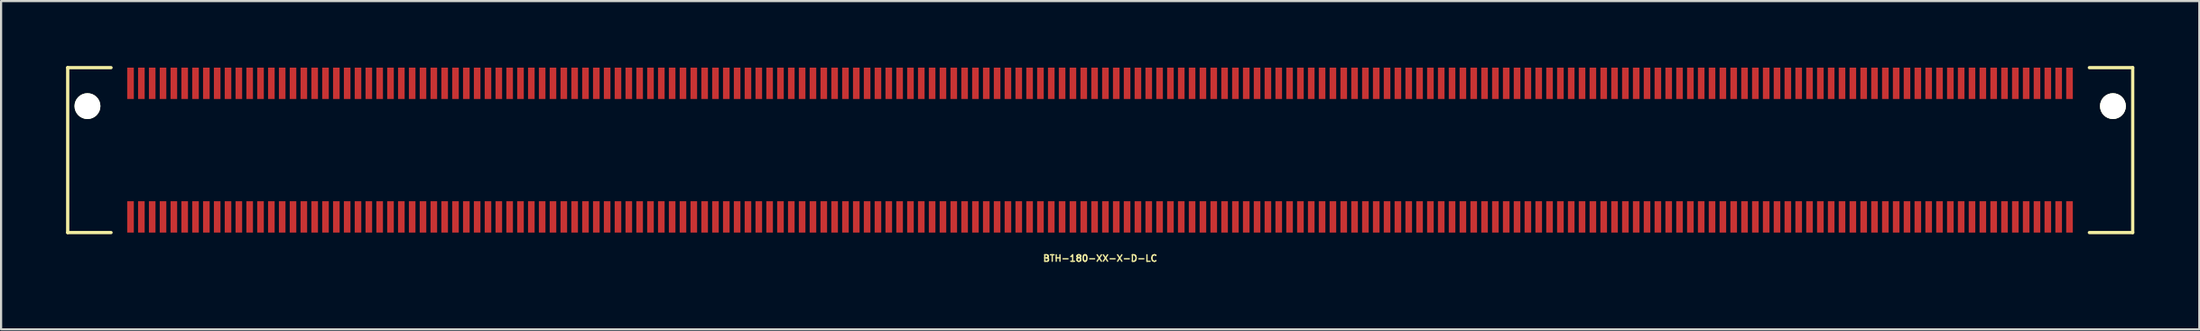
<source format=kicad_pcb>
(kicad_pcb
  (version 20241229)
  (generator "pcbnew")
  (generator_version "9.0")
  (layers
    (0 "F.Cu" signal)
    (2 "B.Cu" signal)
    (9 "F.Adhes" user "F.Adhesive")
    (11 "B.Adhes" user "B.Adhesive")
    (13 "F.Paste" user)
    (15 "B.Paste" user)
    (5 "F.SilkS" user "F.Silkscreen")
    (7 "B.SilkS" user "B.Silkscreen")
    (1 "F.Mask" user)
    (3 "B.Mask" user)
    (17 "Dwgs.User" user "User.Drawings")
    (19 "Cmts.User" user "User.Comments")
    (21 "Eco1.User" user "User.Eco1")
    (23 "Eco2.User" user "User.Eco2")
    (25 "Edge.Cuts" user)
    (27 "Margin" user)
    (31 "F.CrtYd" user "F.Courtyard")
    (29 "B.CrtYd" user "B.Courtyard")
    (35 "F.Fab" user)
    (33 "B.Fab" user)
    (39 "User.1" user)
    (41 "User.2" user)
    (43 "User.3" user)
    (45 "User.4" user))
  (footprint "BTH-180-XX-X-D-LC"
    (layer "F.Cu")
    (at 47.734 3.885)
    (property "Reference" "BTH-180-XX-X-D-LC" (at 0 5 0) (layer "F.SilkS") (effects (font (size 0.3 0.3) (thickness 0.061))))
    (attr smd)
    (fp_line (start -47.659 -3.81) (end -47.659 3.81) (stroke (width 0.15) (type solid)) (layer "F.SilkS"))
    (fp_line (start -47.659 3.81) (end -45.659 3.81) (stroke (width 0.15) (type solid)) (layer "F.SilkS"))
    (fp_line (start -45.659 -3.81) (end -47.659 -3.81) (stroke (width 0.15) (type solid)) (layer "F.SilkS"))
    (fp_line (start 45.659 -3.81) (end 47.659 -3.81) (stroke (width 0.15) (type solid)) (layer "F.SilkS"))
    (fp_line (start 47.659 -3.81) (end 47.659 3.81) (stroke (width 0.15) (type solid)) (layer "F.SilkS"))
    (fp_line (start 47.659 3.81) (end 45.659 3.81) (stroke (width 0.15) (type solid)) (layer "F.SilkS"))
    (pad "" np_thru_hole circle (at -46.747 -2.032) (size 1.194 1.194) (drill 1.194) (layers "*.Cu" "*.Mask" "F.SilkS"))
    (pad "" np_thru_hole circle (at 46.746 -2.032) (size 1.194 1.194) (drill 1.194) (layers "*.Cu" "*.Mask" "F.SilkS"))
    (pad "1" smd rect (at -44.759 -3.086) (size 0.305 1.448) (layers "F.Cu" "F.Mask" "F.Paste"))
    (pad "2" smd rect (at -44.759 3.086) (size 0.305 1.448) (layers "F.Cu" "F.Mask" "F.Paste"))
    (pad "3" smd rect (at -44.259 -3.086) (size 0.305 1.448) (layers "F.Cu" "F.Mask" "F.Paste"))
    (pad "4" smd rect (at -44.259 3.086) (size 0.305 1.448) (layers "F.Cu" "F.Mask" "F.Paste"))
    (pad "5" smd rect (at -43.759 -3.086) (size 0.305 1.448) (layers "F.Cu" "F.Mask" "F.Paste"))
    (pad "6" smd rect (at -43.759 3.086) (size 0.305 1.448) (layers "F.Cu" "F.Mask" "F.Paste"))
    (pad "7" smd rect (at -43.259 -3.086) (size 0.305 1.448) (layers "F.Cu" "F.Mask" "F.Paste"))
    (pad "8" smd rect (at -43.259 3.086) (size 0.305 1.448) (layers "F.Cu" "F.Mask" "F.Paste"))
    (pad "9" smd rect (at -42.759 -3.086) (size 0.305 1.448) (layers "F.Cu" "F.Mask" "F.Paste"))
    (pad "10" smd rect (at -42.759 3.086) (size 0.305 1.448) (layers "F.Cu" "F.Mask" "F.Paste"))
    (pad "11" smd rect (at -42.259 -3.086) (size 0.305 1.448) (layers "F.Cu" "F.Mask" "F.Paste"))
    (pad "12" smd rect (at -42.259 3.086) (size 0.305 1.448) (layers "F.Cu" "F.Mask" "F.Paste"))
    (pad "13" smd rect (at -41.759 -3.086) (size 0.305 1.448) (layers "F.Cu" "F.Mask" "F.Paste"))
    (pad "14" smd rect (at -41.759 3.086) (size 0.305 1.448) (layers "F.Cu" "F.Mask" "F.Paste"))
    (pad "15" smd rect (at -41.259 -3.086) (size 0.305 1.448) (layers "F.Cu" "F.Mask" "F.Paste"))
    (pad "16" smd rect (at -41.259 3.086) (size 0.305 1.448) (layers "F.Cu" "F.Mask" "F.Paste"))
    (pad "17" smd rect (at -40.759 -3.086) (size 0.305 1.448) (layers "F.Cu" "F.Mask" "F.Paste"))
    (pad "18" smd rect (at -40.759 3.086) (size 0.305 1.448) (layers "F.Cu" "F.Mask" "F.Paste"))
    (pad "19" smd rect (at -40.259 -3.086) (size 0.305 1.448) (layers "F.Cu" "F.Mask" "F.Paste"))
    (pad "20" smd rect (at -40.259 3.086) (size 0.305 1.448) (layers "F.Cu" "F.Mask" "F.Paste"))
    (pad "21" smd rect (at -39.759 -3.086) (size 0.305 1.448) (layers "F.Cu" "F.Mask" "F.Paste"))
    (pad "22" smd rect (at -39.759 3.086) (size 0.305 1.448) (layers "F.Cu" "F.Mask" "F.Paste"))
    (pad "23" smd rect (at -39.259 -3.086) (size 0.305 1.448) (layers "F.Cu" "F.Mask" "F.Paste"))
    (pad "24" smd rect (at -39.259 3.086) (size 0.305 1.448) (layers "F.Cu" "F.Mask" "F.Paste"))
    (pad "25" smd rect (at -38.759 -3.086) (size 0.305 1.448) (layers "F.Cu" "F.Mask" "F.Paste"))
    (pad "26" smd rect (at -38.759 3.086) (size 0.305 1.448) (layers "F.Cu" "F.Mask" "F.Paste"))
    (pad "27" smd rect (at -38.259 -3.086) (size 0.305 1.448) (layers "F.Cu" "F.Mask" "F.Paste"))
    (pad "28" smd rect (at -38.259 3.086) (size 0.305 1.448) (layers "F.Cu" "F.Mask" "F.Paste"))
    (pad "29" smd rect (at -37.759 -3.086) (size 0.305 1.448) (layers "F.Cu" "F.Mask" "F.Paste"))
    (pad "30" smd rect (at -37.759 3.086) (size 0.305 1.448) (layers "F.Cu" "F.Mask" "F.Paste"))
    (pad "31" smd rect (at -37.259 -3.086) (size 0.305 1.448) (layers "F.Cu" "F.Mask" "F.Paste"))
    (pad "32" smd rect (at -37.259 3.086) (size 0.305 1.448) (layers "F.Cu" "F.Mask" "F.Paste"))
    (pad "33" smd rect (at -36.759 -3.086) (size 0.305 1.448) (layers "F.Cu" "F.Mask" "F.Paste"))
    (pad "34" smd rect (at -36.759 3.086) (size 0.305 1.448) (layers "F.Cu" "F.Mask" "F.Paste"))
    (pad "35" smd rect (at -36.259 -3.086) (size 0.305 1.448) (layers "F.Cu" "F.Mask" "F.Paste"))
    (pad "36" smd rect (at -36.259 3.086) (size 0.305 1.448) (layers "F.Cu" "F.Mask" "F.Paste"))
    (pad "37" smd rect (at -35.759 -3.086) (size 0.305 1.448) (layers "F.Cu" "F.Mask" "F.Paste"))
    (pad "38" smd rect (at -35.759 3.086) (size 0.305 1.448) (layers "F.Cu" "F.Mask" "F.Paste"))
    (pad "39" smd rect (at -35.259 -3.086) (size 0.305 1.448) (layers "F.Cu" "F.Mask" "F.Paste"))
    (pad "40" smd rect (at -35.259 3.086) (size 0.305 1.448) (layers "F.Cu" "F.Mask" "F.Paste"))
    (pad "41" smd rect (at -34.759 -3.086) (size 0.305 1.448) (layers "F.Cu" "F.Mask" "F.Paste"))
    (pad "42" smd rect (at -34.759 3.086) (size 0.305 1.448) (layers "F.Cu" "F.Mask" "F.Paste"))
    (pad "43" smd rect (at -34.259 -3.086) (size 0.305 1.448) (layers "F.Cu" "F.Mask" "F.Paste"))
    (pad "44" smd rect (at -34.259 3.086) (size 0.305 1.448) (layers "F.Cu" "F.Mask" "F.Paste"))
    (pad "45" smd rect (at -33.759 -3.086) (size 0.305 1.448) (layers "F.Cu" "F.Mask" "F.Paste"))
    (pad "46" smd rect (at -33.759 3.086) (size 0.305 1.448) (layers "F.Cu" "F.Mask" "F.Paste"))
    (pad "47" smd rect (at -33.259 -3.086) (size 0.305 1.448) (layers "F.Cu" "F.Mask" "F.Paste"))
    (pad "48" smd rect (at -33.259 3.086) (size 0.305 1.448) (layers "F.Cu" "F.Mask" "F.Paste"))
    (pad "49" smd rect (at -32.759 -3.086) (size 0.305 1.448) (layers "F.Cu" "F.Mask" "F.Paste"))
    (pad "50" smd rect (at -32.759 3.086) (size 0.305 1.448) (layers "F.Cu" "F.Mask" "F.Paste"))
    (pad "51" smd rect (at -32.259 -3.086) (size 0.305 1.448) (layers "F.Cu" "F.Mask" "F.Paste"))
    (pad "52" smd rect (at -32.259 3.086) (size 0.305 1.448) (layers "F.Cu" "F.Mask" "F.Paste"))
    (pad "53" smd rect (at -31.759 -3.086) (size 0.305 1.448) (layers "F.Cu" "F.Mask" "F.Paste"))
    (pad "54" smd rect (at -31.759 3.086) (size 0.305 1.448) (layers "F.Cu" "F.Mask" "F.Paste"))
    (pad "55" smd rect (at -31.259 -3.086) (size 0.305 1.448) (layers "F.Cu" "F.Mask" "F.Paste"))
    (pad "56" smd rect (at -31.259 3.086) (size 0.305 1.448) (layers "F.Cu" "F.Mask" "F.Paste"))
    (pad "57" smd rect (at -30.759 -3.086) (size 0.305 1.448) (layers "F.Cu" "F.Mask" "F.Paste"))
    (pad "58" smd rect (at -30.759 3.086) (size 0.305 1.448) (layers "F.Cu" "F.Mask" "F.Paste"))
    (pad "59" smd rect (at -30.259 -3.086) (size 0.305 1.448) (layers "F.Cu" "F.Mask" "F.Paste"))
    (pad "60" smd rect (at -30.259 3.086) (size 0.305 1.448) (layers "F.Cu" "F.Mask" "F.Paste"))
    (pad "61" smd rect (at -29.759 -3.086) (size 0.305 1.448) (layers "F.Cu" "F.Mask" "F.Paste"))
    (pad "62" smd rect (at -29.759 3.086) (size 0.305 1.448) (layers "F.Cu" "F.Mask" "F.Paste"))
    (pad "63" smd rect (at -29.259 -3.086) (size 0.305 1.448) (layers "F.Cu" "F.Mask" "F.Paste"))
    (pad "64" smd rect (at -29.259 3.086) (size 0.305 1.448) (layers "F.Cu" "F.Mask" "F.Paste"))
    (pad "65" smd rect (at -28.759 -3.086) (size 0.305 1.448) (layers "F.Cu" "F.Mask" "F.Paste"))
    (pad "66" smd rect (at -28.759 3.086) (size 0.305 1.448) (layers "F.Cu" "F.Mask" "F.Paste"))
    (pad "67" smd rect (at -28.259 -3.086) (size 0.305 1.448) (layers "F.Cu" "F.Mask" "F.Paste"))
    (pad "68" smd rect (at -28.259 3.086) (size 0.305 1.448) (layers "F.Cu" "F.Mask" "F.Paste"))
    (pad "69" smd rect (at -27.759 -3.086) (size 0.305 1.448) (layers "F.Cu" "F.Mask" "F.Paste"))
    (pad "70" smd rect (at -27.759 3.086) (size 0.305 1.448) (layers "F.Cu" "F.Mask" "F.Paste"))
    (pad "71" smd rect (at -27.259 -3.086) (size 0.305 1.448) (layers "F.Cu" "F.Mask" "F.Paste"))
    (pad "72" smd rect (at -27.259 3.086) (size 0.305 1.448) (layers "F.Cu" "F.Mask" "F.Paste"))
    (pad "73" smd rect (at -26.759 -3.086) (size 0.305 1.448) (layers "F.Cu" "F.Mask" "F.Paste"))
    (pad "74" smd rect (at -26.759 3.086) (size 0.305 1.448) (layers "F.Cu" "F.Mask" "F.Paste"))
    (pad "75" smd rect (at -26.259 -3.086) (size 0.305 1.448) (layers "F.Cu" "F.Mask" "F.Paste"))
    (pad "76" smd rect (at -26.259 3.086) (size 0.305 1.448) (layers "F.Cu" "F.Mask" "F.Paste"))
    (pad "77" smd rect (at -25.759 -3.086) (size 0.305 1.448) (layers "F.Cu" "F.Mask" "F.Paste"))
    (pad "78" smd rect (at -25.759 3.086) (size 0.305 1.448) (layers "F.Cu" "F.Mask" "F.Paste"))
    (pad "79" smd rect (at -25.259 -3.086) (size 0.305 1.448) (layers "F.Cu" "F.Mask" "F.Paste"))
    (pad "80" smd rect (at -25.259 3.086) (size 0.305 1.448) (layers "F.Cu" "F.Mask" "F.Paste"))
    (pad "81" smd rect (at -24.759 -3.086) (size 0.305 1.448) (layers "F.Cu" "F.Mask" "F.Paste"))
    (pad "82" smd rect (at -24.759 3.086) (size 0.305 1.448) (layers "F.Cu" "F.Mask" "F.Paste"))
    (pad "83" smd rect (at -24.259 -3.086) (size 0.305 1.448) (layers "F.Cu" "F.Mask" "F.Paste"))
    (pad "84" smd rect (at -24.259 3.086) (size 0.305 1.448) (layers "F.Cu" "F.Mask" "F.Paste"))
    (pad "85" smd rect (at -23.759 -3.086) (size 0.305 1.448) (layers "F.Cu" "F.Mask" "F.Paste"))
    (pad "86" smd rect (at -23.759 3.086) (size 0.305 1.448) (layers "F.Cu" "F.Mask" "F.Paste"))
    (pad "87" smd rect (at -23.259 -3.086) (size 0.305 1.448) (layers "F.Cu" "F.Mask" "F.Paste"))
    (pad "88" smd rect (at -23.259 3.086) (size 0.305 1.448) (layers "F.Cu" "F.Mask" "F.Paste"))
    (pad "89" smd rect (at -22.759 -3.086) (size 0.305 1.448) (layers "F.Cu" "F.Mask" "F.Paste"))
    (pad "90" smd rect (at -22.759 3.086) (size 0.305 1.448) (layers "F.Cu" "F.Mask" "F.Paste"))
    (pad "91" smd rect (at -22.259 -3.086) (size 0.305 1.448) (layers "F.Cu" "F.Mask" "F.Paste"))
    (pad "92" smd rect (at -22.259 3.086) (size 0.305 1.448) (layers "F.Cu" "F.Mask" "F.Paste"))
    (pad "93" smd rect (at -21.759 -3.086) (size 0.305 1.448) (layers "F.Cu" "F.Mask" "F.Paste"))
    (pad "94" smd rect (at -21.759 3.086) (size 0.305 1.448) (layers "F.Cu" "F.Mask" "F.Paste"))
    (pad "95" smd rect (at -21.259 -3.086) (size 0.305 1.448) (layers "F.Cu" "F.Mask" "F.Paste"))
    (pad "96" smd rect (at -21.259 3.086) (size 0.305 1.448) (layers "F.Cu" "F.Mask" "F.Paste"))
    (pad "97" smd rect (at -20.759 -3.086) (size 0.305 1.448) (layers "F.Cu" "F.Mask" "F.Paste"))
    (pad "98" smd rect (at -20.759 3.086) (size 0.305 1.448) (layers "F.Cu" "F.Mask" "F.Paste"))
    (pad "99" smd rect (at -20.259 -3.086) (size 0.305 1.448) (layers "F.Cu" "F.Mask" "F.Paste"))
    (pad "100" smd rect (at -20.259 3.086) (size 0.305 1.448) (layers "F.Cu" "F.Mask" "F.Paste"))
    (pad "101" smd rect (at -19.759 -3.086) (size 0.305 1.448) (layers "F.Cu" "F.Mask" "F.Paste"))
    (pad "102" smd rect (at -19.759 3.086) (size 0.305 1.448) (layers "F.Cu" "F.Mask" "F.Paste"))
    (pad "103" smd rect (at -19.259 -3.086) (size 0.305 1.448) (layers "F.Cu" "F.Mask" "F.Paste"))
    (pad "104" smd rect (at -19.259 3.086) (size 0.305 1.448) (layers "F.Cu" "F.Mask" "F.Paste"))
    (pad "105" smd rect (at -18.759 -3.086) (size 0.305 1.448) (layers "F.Cu" "F.Mask" "F.Paste"))
    (pad "106" smd rect (at -18.759 3.086) (size 0.305 1.448) (layers "F.Cu" "F.Mask" "F.Paste"))
    (pad "107" smd rect (at -18.259 -3.086) (size 0.305 1.448) (layers "F.Cu" "F.Mask" "F.Paste"))
    (pad "108" smd rect (at -18.259 3.086) (size 0.305 1.448) (layers "F.Cu" "F.Mask" "F.Paste"))
    (pad "109" smd rect (at -17.759 -3.086) (size 0.305 1.448) (layers "F.Cu" "F.Mask" "F.Paste"))
    (pad "110" smd rect (at -17.759 3.086) (size 0.305 1.448) (layers "F.Cu" "F.Mask" "F.Paste"))
    (pad "111" smd rect (at -17.259 -3.086) (size 0.305 1.448) (layers "F.Cu" "F.Mask" "F.Paste"))
    (pad "112" smd rect (at -17.259 3.086) (size 0.305 1.448) (layers "F.Cu" "F.Mask" "F.Paste"))
    (pad "113" smd rect (at -16.759 -3.086) (size 0.305 1.448) (layers "F.Cu" "F.Mask" "F.Paste"))
    (pad "114" smd rect (at -16.759 3.086) (size 0.305 1.448) (layers "F.Cu" "F.Mask" "F.Paste"))
    (pad "115" smd rect (at -16.259 -3.086) (size 0.305 1.448) (layers "F.Cu" "F.Mask" "F.Paste"))
    (pad "116" smd rect (at -16.259 3.086) (size 0.305 1.448) (layers "F.Cu" "F.Mask" "F.Paste"))
    (pad "117" smd rect (at -15.759 -3.086) (size 0.305 1.448) (layers "F.Cu" "F.Mask" "F.Paste"))
    (pad "118" smd rect (at -15.759 3.086) (size 0.305 1.448) (layers "F.Cu" "F.Mask" "F.Paste"))
    (pad "119" smd rect (at -15.259 -3.086) (size 0.305 1.448) (layers "F.Cu" "F.Mask" "F.Paste"))
    (pad "120" smd rect (at -15.259 3.086) (size 0.305 1.448) (layers "F.Cu" "F.Mask" "F.Paste"))
    (pad "121" smd rect (at -14.759 -3.086) (size 0.305 1.448) (layers "F.Cu" "F.Mask" "F.Paste"))
    (pad "122" smd rect (at -14.759 3.086) (size 0.305 1.448) (layers "F.Cu" "F.Mask" "F.Paste"))
    (pad "123" smd rect (at -14.259 -3.086) (size 0.305 1.448) (layers "F.Cu" "F.Mask" "F.Paste"))
    (pad "124" smd rect (at -14.259 3.086) (size 0.305 1.448) (layers "F.Cu" "F.Mask" "F.Paste"))
    (pad "125" smd rect (at -13.759 -3.086) (size 0.305 1.448) (layers "F.Cu" "F.Mask" "F.Paste"))
    (pad "126" smd rect (at -13.759 3.086) (size 0.305 1.448) (layers "F.Cu" "F.Mask" "F.Paste"))
    (pad "127" smd rect (at -13.259 -3.086) (size 0.305 1.448) (layers "F.Cu" "F.Mask" "F.Paste"))
    (pad "128" smd rect (at -13.259 3.086) (size 0.305 1.448) (layers "F.Cu" "F.Mask" "F.Paste"))
    (pad "129" smd rect (at -12.759 -3.086) (size 0.305 1.448) (layers "F.Cu" "F.Mask" "F.Paste"))
    (pad "130" smd rect (at -12.759 3.086) (size 0.305 1.448) (layers "F.Cu" "F.Mask" "F.Paste"))
    (pad "131" smd rect (at -12.259 -3.086) (size 0.305 1.448) (layers "F.Cu" "F.Mask" "F.Paste"))
    (pad "132" smd rect (at -12.259 3.086) (size 0.305 1.448) (layers "F.Cu" "F.Mask" "F.Paste"))
    (pad "133" smd rect (at -11.759 -3.086) (size 0.305 1.448) (layers "F.Cu" "F.Mask" "F.Paste"))
    (pad "134" smd rect (at -11.759 3.086) (size 0.305 1.448) (layers "F.Cu" "F.Mask" "F.Paste"))
    (pad "135" smd rect (at -11.259 -3.086) (size 0.305 1.448) (layers "F.Cu" "F.Mask" "F.Paste"))
    (pad "136" smd rect (at -11.259 3.086) (size 0.305 1.448) (layers "F.Cu" "F.Mask" "F.Paste"))
    (pad "137" smd rect (at -10.759 -3.086) (size 0.305 1.448) (layers "F.Cu" "F.Mask" "F.Paste"))
    (pad "138" smd rect (at -10.759 3.086) (size 0.305 1.448) (layers "F.Cu" "F.Mask" "F.Paste"))
    (pad "139" smd rect (at -10.259 -3.086) (size 0.305 1.448) (layers "F.Cu" "F.Mask" "F.Paste"))
    (pad "140" smd rect (at -10.259 3.086) (size 0.305 1.448) (layers "F.Cu" "F.Mask" "F.Paste"))
    (pad "141" smd rect (at -9.759 -3.086) (size 0.305 1.448) (layers "F.Cu" "F.Mask" "F.Paste"))
    (pad "142" smd rect (at -9.759 3.086) (size 0.305 1.448) (layers "F.Cu" "F.Mask" "F.Paste"))
    (pad "143" smd rect (at -9.259 -3.086) (size 0.305 1.448) (layers "F.Cu" "F.Mask" "F.Paste"))
    (pad "144" smd rect (at -9.259 3.086) (size 0.305 1.448) (layers "F.Cu" "F.Mask" "F.Paste"))
    (pad "145" smd rect (at -8.759 -3.086) (size 0.305 1.448) (layers "F.Cu" "F.Mask" "F.Paste"))
    (pad "146" smd rect (at -8.759 3.086) (size 0.305 1.448) (layers "F.Cu" "F.Mask" "F.Paste"))
    (pad "147" smd rect (at -8.259 -3.086) (size 0.305 1.448) (layers "F.Cu" "F.Mask" "F.Paste"))
    (pad "148" smd rect (at -8.259 3.086) (size 0.305 1.448) (layers "F.Cu" "F.Mask" "F.Paste"))
    (pad "149" smd rect (at -7.759 -3.086) (size 0.305 1.448) (layers "F.Cu" "F.Mask" "F.Paste"))
    (pad "150" smd rect (at -7.759 3.086) (size 0.305 1.448) (layers "F.Cu" "F.Mask" "F.Paste"))
    (pad "151" smd rect (at -7.259 -3.086) (size 0.305 1.448) (layers "F.Cu" "F.Mask" "F.Paste"))
    (pad "152" smd rect (at -7.259 3.086) (size 0.305 1.448) (layers "F.Cu" "F.Mask" "F.Paste"))
    (pad "153" smd rect (at -6.759 -3.086) (size 0.305 1.448) (layers "F.Cu" "F.Mask" "F.Paste"))
    (pad "154" smd rect (at -6.759 3.086) (size 0.305 1.448) (layers "F.Cu" "F.Mask" "F.Paste"))
    (pad "155" smd rect (at -6.259 -3.086) (size 0.305 1.448) (layers "F.Cu" "F.Mask" "F.Paste"))
    (pad "156" smd rect (at -6.259 3.086) (size 0.305 1.448) (layers "F.Cu" "F.Mask" "F.Paste"))
    (pad "157" smd rect (at -5.759 -3.086) (size 0.305 1.448) (layers "F.Cu" "F.Mask" "F.Paste"))
    (pad "158" smd rect (at -5.759 3.086) (size 0.305 1.448) (layers "F.Cu" "F.Mask" "F.Paste"))
    (pad "159" smd rect (at -5.259 -3.086) (size 0.305 1.448) (layers "F.Cu" "F.Mask" "F.Paste"))
    (pad "160" smd rect (at -5.259 3.086) (size 0.305 1.448) (layers "F.Cu" "F.Mask" "F.Paste"))
    (pad "161" smd rect (at -4.759 -3.086) (size 0.305 1.448) (layers "F.Cu" "F.Mask" "F.Paste"))
    (pad "162" smd rect (at -4.759 3.086) (size 0.305 1.448) (layers "F.Cu" "F.Mask" "F.Paste"))
    (pad "163" smd rect (at -4.259 -3.086) (size 0.305 1.448) (layers "F.Cu" "F.Mask" "F.Paste"))
    (pad "164" smd rect (at -4.259 3.086) (size 0.305 1.448) (layers "F.Cu" "F.Mask" "F.Paste"))
    (pad "165" smd rect (at -3.759 -3.086) (size 0.305 1.448) (layers "F.Cu" "F.Mask" "F.Paste"))
    (pad "166" smd rect (at -3.759 3.086) (size 0.305 1.448) (layers "F.Cu" "F.Mask" "F.Paste"))
    (pad "167" smd rect (at -3.259 -3.086) (size 0.305 1.448) (layers "F.Cu" "F.Mask" "F.Paste"))
    (pad "168" smd rect (at -3.259 3.086) (size 0.305 1.448) (layers "F.Cu" "F.Mask" "F.Paste"))
    (pad "169" smd rect (at -2.759 -3.086) (size 0.305 1.448) (layers "F.Cu" "F.Mask" "F.Paste"))
    (pad "170" smd rect (at -2.759 3.086) (size 0.305 1.448) (layers "F.Cu" "F.Mask" "F.Paste"))
    (pad "171" smd rect (at -2.259 -3.086) (size 0.305 1.448) (layers "F.Cu" "F.Mask" "F.Paste"))
    (pad "172" smd rect (at -2.259 3.086) (size 0.305 1.448) (layers "F.Cu" "F.Mask" "F.Paste"))
    (pad "173" smd rect (at -1.759 -3.086) (size 0.305 1.448) (layers "F.Cu" "F.Mask" "F.Paste"))
    (pad "174" smd rect (at -1.759 3.086) (size 0.305 1.448) (layers "F.Cu" "F.Mask" "F.Paste"))
    (pad "175" smd rect (at -1.259 -3.086) (size 0.305 1.448) (layers "F.Cu" "F.Mask" "F.Paste"))
    (pad "176" smd rect (at -1.259 3.086) (size 0.305 1.448) (layers "F.Cu" "F.Mask" "F.Paste"))
    (pad "177" smd rect (at -0.759 -3.086) (size 0.305 1.448) (layers "F.Cu" "F.Mask" "F.Paste"))
    (pad "178" smd rect (at -0.759 3.086) (size 0.305 1.448) (layers "F.Cu" "F.Mask" "F.Paste"))
    (pad "179" smd rect (at -0.259 -3.086) (size 0.305 1.448) (layers "F.Cu" "F.Mask" "F.Paste"))
    (pad "180" smd rect (at -0.259 3.086) (size 0.305 1.448) (layers "F.Cu" "F.Mask" "F.Paste"))
    (pad "181" smd rect (at 0.241 -3.086) (size 0.305 1.448) (layers "F.Cu" "F.Mask" "F.Paste"))
    (pad "182" smd rect (at 0.241 3.086) (size 0.305 1.448) (layers "F.Cu" "F.Mask" "F.Paste"))
    (pad "183" smd rect (at 0.741 -3.086) (size 0.305 1.448) (layers "F.Cu" "F.Mask" "F.Paste"))
    (pad "184" smd rect (at 0.741 3.086) (size 0.305 1.448) (layers "F.Cu" "F.Mask" "F.Paste"))
    (pad "185" smd rect (at 1.241 -3.086) (size 0.305 1.448) (layers "F.Cu" "F.Mask" "F.Paste"))
    (pad "186" smd rect (at 1.241 3.086) (size 0.305 1.448) (layers "F.Cu" "F.Mask" "F.Paste"))
    (pad "187" smd rect (at 1.741 -3.086) (size 0.305 1.448) (layers "F.Cu" "F.Mask" "F.Paste"))
    (pad "188" smd rect (at 1.741 3.086) (size 0.305 1.448) (layers "F.Cu" "F.Mask" "F.Paste"))
    (pad "189" smd rect (at 2.241 -3.086) (size 0.305 1.448) (layers "F.Cu" "F.Mask" "F.Paste"))
    (pad "190" smd rect (at 2.241 3.086) (size 0.305 1.448) (layers "F.Cu" "F.Mask" "F.Paste"))
    (pad "191" smd rect (at 2.741 -3.086) (size 0.305 1.448) (layers "F.Cu" "F.Mask" "F.Paste"))
    (pad "192" smd rect (at 2.741 3.086) (size 0.305 1.448) (layers "F.Cu" "F.Mask" "F.Paste"))
    (pad "193" smd rect (at 3.241 -3.086) (size 0.305 1.448) (layers "F.Cu" "F.Mask" "F.Paste"))
    (pad "194" smd rect (at 3.241 3.086) (size 0.305 1.448) (layers "F.Cu" "F.Mask" "F.Paste"))
    (pad "195" smd rect (at 3.741 -3.086) (size 0.305 1.448) (layers "F.Cu" "F.Mask" "F.Paste"))
    (pad "196" smd rect (at 3.741 3.086) (size 0.305 1.448) (layers "F.Cu" "F.Mask" "F.Paste"))
    (pad "197" smd rect (at 4.241 -3.086) (size 0.305 1.448) (layers "F.Cu" "F.Mask" "F.Paste"))
    (pad "198" smd rect (at 4.241 3.086) (size 0.305 1.448) (layers "F.Cu" "F.Mask" "F.Paste"))
    (pad "199" smd rect (at 4.741 -3.086) (size 0.305 1.448) (layers "F.Cu" "F.Mask" "F.Paste"))
    (pad "200" smd rect (at 4.741 3.086) (size 0.305 1.448) (layers "F.Cu" "F.Mask" "F.Paste"))
    (pad "201" smd rect (at 5.241 -3.086) (size 0.305 1.448) (layers "F.Cu" "F.Mask" "F.Paste"))
    (pad "202" smd rect (at 5.241 3.086) (size 0.305 1.448) (layers "F.Cu" "F.Mask" "F.Paste"))
    (pad "203" smd rect (at 5.741 -3.086) (size 0.305 1.448) (layers "F.Cu" "F.Mask" "F.Paste"))
    (pad "204" smd rect (at 5.741 3.086) (size 0.305 1.448) (layers "F.Cu" "F.Mask" "F.Paste"))
    (pad "205" smd rect (at 6.241 -3.086) (size 0.305 1.448) (layers "F.Cu" "F.Mask" "F.Paste"))
    (pad "206" smd rect (at 6.241 3.086) (size 0.305 1.448) (layers "F.Cu" "F.Mask" "F.Paste"))
    (pad "207" smd rect (at 6.741 -3.086) (size 0.305 1.448) (layers "F.Cu" "F.Mask" "F.Paste"))
    (pad "208" smd rect (at 6.741 3.086) (size 0.305 1.448) (layers "F.Cu" "F.Mask" "F.Paste"))
    (pad "209" smd rect (at 7.241 -3.086) (size 0.305 1.448) (layers "F.Cu" "F.Mask" "F.Paste"))
    (pad "210" smd rect (at 7.241 3.086) (size 0.305 1.448) (layers "F.Cu" "F.Mask" "F.Paste"))
    (pad "211" smd rect (at 7.741 -3.086) (size 0.305 1.448) (layers "F.Cu" "F.Mask" "F.Paste"))
    (pad "212" smd rect (at 7.741 3.086) (size 0.305 1.448) (layers "F.Cu" "F.Mask" "F.Paste"))
    (pad "213" smd rect (at 8.241 -3.086) (size 0.305 1.448) (layers "F.Cu" "F.Mask" "F.Paste"))
    (pad "214" smd rect (at 8.241 3.086) (size 0.305 1.448) (layers "F.Cu" "F.Mask" "F.Paste"))
    (pad "215" smd rect (at 8.741 -3.086) (size 0.305 1.448) (layers "F.Cu" "F.Mask" "F.Paste"))
    (pad "216" smd rect (at 8.741 3.086) (size 0.305 1.448) (layers "F.Cu" "F.Mask" "F.Paste"))
    (pad "217" smd rect (at 9.241 -3.086) (size 0.305 1.448) (layers "F.Cu" "F.Mask" "F.Paste"))
    (pad "218" smd rect (at 9.241 3.086) (size 0.305 1.448) (layers "F.Cu" "F.Mask" "F.Paste"))
    (pad "219" smd rect (at 9.741 -3.086) (size 0.305 1.448) (layers "F.Cu" "F.Mask" "F.Paste"))
    (pad "220" smd rect (at 9.741 3.086) (size 0.305 1.448) (layers "F.Cu" "F.Mask" "F.Paste"))
    (pad "221" smd rect (at 10.241 -3.086) (size 0.305 1.448) (layers "F.Cu" "F.Mask" "F.Paste"))
    (pad "222" smd rect (at 10.241 3.086) (size 0.305 1.448) (layers "F.Cu" "F.Mask" "F.Paste"))
    (pad "223" smd rect (at 10.741 -3.086) (size 0.305 1.448) (layers "F.Cu" "F.Mask" "F.Paste"))
    (pad "224" smd rect (at 10.741 3.086) (size 0.305 1.448) (layers "F.Cu" "F.Mask" "F.Paste"))
    (pad "225" smd rect (at 11.241 -3.086) (size 0.305 1.448) (layers "F.Cu" "F.Mask" "F.Paste"))
    (pad "226" smd rect (at 11.241 3.086) (size 0.305 1.448) (layers "F.Cu" "F.Mask" "F.Paste"))
    (pad "227" smd rect (at 11.741 -3.086) (size 0.305 1.448) (layers "F.Cu" "F.Mask" "F.Paste"))
    (pad "228" smd rect (at 11.741 3.086) (size 0.305 1.448) (layers "F.Cu" "F.Mask" "F.Paste"))
    (pad "229" smd rect (at 12.241 -3.086) (size 0.305 1.448) (layers "F.Cu" "F.Mask" "F.Paste"))
    (pad "230" smd rect (at 12.241 3.086) (size 0.305 1.448) (layers "F.Cu" "F.Mask" "F.Paste"))
    (pad "231" smd rect (at 12.741 -3.086) (size 0.305 1.448) (layers "F.Cu" "F.Mask" "F.Paste"))
    (pad "232" smd rect (at 12.741 3.086) (size 0.305 1.448) (layers "F.Cu" "F.Mask" "F.Paste"))
    (pad "233" smd rect (at 13.241 -3.086) (size 0.305 1.448) (layers "F.Cu" "F.Mask" "F.Paste"))
    (pad "234" smd rect (at 13.241 3.086) (size 0.305 1.448) (layers "F.Cu" "F.Mask" "F.Paste"))
    (pad "235" smd rect (at 13.741 -3.086) (size 0.305 1.448) (layers "F.Cu" "F.Mask" "F.Paste"))
    (pad "236" smd rect (at 13.741 3.086) (size 0.305 1.448) (layers "F.Cu" "F.Mask" "F.Paste"))
    (pad "237" smd rect (at 14.241 -3.086) (size 0.305 1.448) (layers "F.Cu" "F.Mask" "F.Paste"))
    (pad "238" smd rect (at 14.241 3.086) (size 0.305 1.448) (layers "F.Cu" "F.Mask" "F.Paste"))
    (pad "239" smd rect (at 14.741 -3.086) (size 0.305 1.448) (layers "F.Cu" "F.Mask" "F.Paste"))
    (pad "240" smd rect (at 14.741 3.086) (size 0.305 1.448) (layers "F.Cu" "F.Mask" "F.Paste"))
    (pad "241" smd rect (at 15.241 -3.086) (size 0.305 1.448) (layers "F.Cu" "F.Mask" "F.Paste"))
    (pad "242" smd rect (at 15.241 3.086) (size 0.305 1.448) (layers "F.Cu" "F.Mask" "F.Paste"))
    (pad "243" smd rect (at 15.741 -3.086) (size 0.305 1.448) (layers "F.Cu" "F.Mask" "F.Paste"))
    (pad "244" smd rect (at 15.741 3.086) (size 0.305 1.448) (layers "F.Cu" "F.Mask" "F.Paste"))
    (pad "245" smd rect (at 16.241 -3.086) (size 0.305 1.448) (layers "F.Cu" "F.Mask" "F.Paste"))
    (pad "246" smd rect (at 16.241 3.086) (size 0.305 1.448) (layers "F.Cu" "F.Mask" "F.Paste"))
    (pad "247" smd rect (at 16.741 -3.086) (size 0.305 1.448) (layers "F.Cu" "F.Mask" "F.Paste"))
    (pad "248" smd rect (at 16.741 3.086) (size 0.305 1.448) (layers "F.Cu" "F.Mask" "F.Paste"))
    (pad "249" smd rect (at 17.241 -3.086) (size 0.305 1.448) (layers "F.Cu" "F.Mask" "F.Paste"))
    (pad "250" smd rect (at 17.241 3.086) (size 0.305 1.448) (layers "F.Cu" "F.Mask" "F.Paste"))
    (pad "251" smd rect (at 17.741 -3.086) (size 0.305 1.448) (layers "F.Cu" "F.Mask" "F.Paste"))
    (pad "252" smd rect (at 17.741 3.086) (size 0.305 1.448) (layers "F.Cu" "F.Mask" "F.Paste"))
    (pad "253" smd rect (at 18.241 -3.086) (size 0.305 1.448) (layers "F.Cu" "F.Mask" "F.Paste"))
    (pad "254" smd rect (at 18.241 3.086) (size 0.305 1.448) (layers "F.Cu" "F.Mask" "F.Paste"))
    (pad "255" smd rect (at 18.741 -3.086) (size 0.305 1.448) (layers "F.Cu" "F.Mask" "F.Paste"))
    (pad "256" smd rect (at 18.741 3.086) (size 0.305 1.448) (layers "F.Cu" "F.Mask" "F.Paste"))
    (pad "257" smd rect (at 19.241 -3.086) (size 0.305 1.448) (layers "F.Cu" "F.Mask" "F.Paste"))
    (pad "258" smd rect (at 19.241 3.086) (size 0.305 1.448) (layers "F.Cu" "F.Mask" "F.Paste"))
    (pad "259" smd rect (at 19.741 -3.086) (size 0.305 1.448) (layers "F.Cu" "F.Mask" "F.Paste"))
    (pad "260" smd rect (at 19.741 3.086) (size 0.305 1.448) (layers "F.Cu" "F.Mask" "F.Paste"))
    (pad "261" smd rect (at 20.241 -3.086) (size 0.305 1.448) (layers "F.Cu" "F.Mask" "F.Paste"))
    (pad "262" smd rect (at 20.241 3.086) (size 0.305 1.448) (layers "F.Cu" "F.Mask" "F.Paste"))
    (pad "263" smd rect (at 20.741 -3.086) (size 0.305 1.448) (layers "F.Cu" "F.Mask" "F.Paste"))
    (pad "264" smd rect (at 20.741 3.086) (size 0.305 1.448) (layers "F.Cu" "F.Mask" "F.Paste"))
    (pad "265" smd rect (at 21.241 -3.086) (size 0.305 1.448) (layers "F.Cu" "F.Mask" "F.Paste"))
    (pad "266" smd rect (at 21.241 3.086) (size 0.305 1.448) (layers "F.Cu" "F.Mask" "F.Paste"))
    (pad "267" smd rect (at 21.741 -3.086) (size 0.305 1.448) (layers "F.Cu" "F.Mask" "F.Paste"))
    (pad "268" smd rect (at 21.741 3.086) (size 0.305 1.448) (layers "F.Cu" "F.Mask" "F.Paste"))
    (pad "269" smd rect (at 22.241 -3.086) (size 0.305 1.448) (layers "F.Cu" "F.Mask" "F.Paste"))
    (pad "270" smd rect (at 22.241 3.086) (size 0.305 1.448) (layers "F.Cu" "F.Mask" "F.Paste"))
    (pad "271" smd rect (at 22.741 -3.086) (size 0.305 1.448) (layers "F.Cu" "F.Mask" "F.Paste"))
    (pad "272" smd rect (at 22.741 3.086) (size 0.305 1.448) (layers "F.Cu" "F.Mask" "F.Paste"))
    (pad "273" smd rect (at 23.241 -3.086) (size 0.305 1.448) (layers "F.Cu" "F.Mask" "F.Paste"))
    (pad "274" smd rect (at 23.241 3.086) (size 0.305 1.448) (layers "F.Cu" "F.Mask" "F.Paste"))
    (pad "275" smd rect (at 23.741 -3.086) (size 0.305 1.448) (layers "F.Cu" "F.Mask" "F.Paste"))
    (pad "276" smd rect (at 23.741 3.086) (size 0.305 1.448) (layers "F.Cu" "F.Mask" "F.Paste"))
    (pad "277" smd rect (at 24.241 -3.086) (size 0.305 1.448) (layers "F.Cu" "F.Mask" "F.Paste"))
    (pad "278" smd rect (at 24.241 3.086) (size 0.305 1.448) (layers "F.Cu" "F.Mask" "F.Paste"))
    (pad "279" smd rect (at 24.741 -3.086) (size 0.305 1.448) (layers "F.Cu" "F.Mask" "F.Paste"))
    (pad "280" smd rect (at 24.741 3.086) (size 0.305 1.448) (layers "F.Cu" "F.Mask" "F.Paste"))
    (pad "281" smd rect (at 25.241 -3.086) (size 0.305 1.448) (layers "F.Cu" "F.Mask" "F.Paste"))
    (pad "282" smd rect (at 25.241 3.086) (size 0.305 1.448) (layers "F.Cu" "F.Mask" "F.Paste"))
    (pad "283" smd rect (at 25.741 -3.086) (size 0.305 1.448) (layers "F.Cu" "F.Mask" "F.Paste"))
    (pad "284" smd rect (at 25.741 3.086) (size 0.305 1.448) (layers "F.Cu" "F.Mask" "F.Paste"))
    (pad "285" smd rect (at 26.241 -3.086) (size 0.305 1.448) (layers "F.Cu" "F.Mask" "F.Paste"))
    (pad "286" smd rect (at 26.241 3.086) (size 0.305 1.448) (layers "F.Cu" "F.Mask" "F.Paste"))
    (pad "287" smd rect (at 26.741 -3.086) (size 0.305 1.448) (layers "F.Cu" "F.Mask" "F.Paste"))
    (pad "288" smd rect (at 26.741 3.086) (size 0.305 1.448) (layers "F.Cu" "F.Mask" "F.Paste"))
    (pad "289" smd rect (at 27.241 -3.086) (size 0.305 1.448) (layers "F.Cu" "F.Mask" "F.Paste"))
    (pad "290" smd rect (at 27.241 3.086) (size 0.305 1.448) (layers "F.Cu" "F.Mask" "F.Paste"))
    (pad "291" smd rect (at 27.741 -3.086) (size 0.305 1.448) (layers "F.Cu" "F.Mask" "F.Paste"))
    (pad "292" smd rect (at 27.741 3.086) (size 0.305 1.448) (layers "F.Cu" "F.Mask" "F.Paste"))
    (pad "293" smd rect (at 28.241 -3.086) (size 0.305 1.448) (layers "F.Cu" "F.Mask" "F.Paste"))
    (pad "294" smd rect (at 28.241 3.086) (size 0.305 1.448) (layers "F.Cu" "F.Mask" "F.Paste"))
    (pad "295" smd rect (at 28.741 -3.086) (size 0.305 1.448) (layers "F.Cu" "F.Mask" "F.Paste"))
    (pad "296" smd rect (at 28.741 3.086) (size 0.305 1.448) (layers "F.Cu" "F.Mask" "F.Paste"))
    (pad "297" smd rect (at 29.241 -3.086) (size 0.305 1.448) (layers "F.Cu" "F.Mask" "F.Paste"))
    (pad "298" smd rect (at 29.241 3.086) (size 0.305 1.448) (layers "F.Cu" "F.Mask" "F.Paste"))
    (pad "299" smd rect (at 29.741 -3.086) (size 0.305 1.448) (layers "F.Cu" "F.Mask" "F.Paste"))
    (pad "300" smd rect (at 29.741 3.086) (size 0.305 1.448) (layers "F.Cu" "F.Mask" "F.Paste"))
    (pad "301" smd rect (at 30.241 -3.086) (size 0.305 1.448) (layers "F.Cu" "F.Mask" "F.Paste"))
    (pad "302" smd rect (at 30.241 3.086) (size 0.305 1.448) (layers "F.Cu" "F.Mask" "F.Paste"))
    (pad "303" smd rect (at 30.741 -3.086) (size 0.305 1.448) (layers "F.Cu" "F.Mask" "F.Paste"))
    (pad "304" smd rect (at 30.741 3.086) (size 0.305 1.448) (layers "F.Cu" "F.Mask" "F.Paste"))
    (pad "305" smd rect (at 31.241 -3.086) (size 0.305 1.448) (layers "F.Cu" "F.Mask" "F.Paste"))
    (pad "306" smd rect (at 31.241 3.086) (size 0.305 1.448) (layers "F.Cu" "F.Mask" "F.Paste"))
    (pad "307" smd rect (at 31.741 -3.086) (size 0.305 1.448) (layers "F.Cu" "F.Mask" "F.Paste"))
    (pad "308" smd rect (at 31.741 3.086) (size 0.305 1.448) (layers "F.Cu" "F.Mask" "F.Paste"))
    (pad "309" smd rect (at 32.241 -3.086) (size 0.305 1.448) (layers "F.Cu" "F.Mask" "F.Paste"))
    (pad "310" smd rect (at 32.241 3.086) (size 0.305 1.448) (layers "F.Cu" "F.Mask" "F.Paste"))
    (pad "311" smd rect (at 32.741 -3.086) (size 0.305 1.448) (layers "F.Cu" "F.Mask" "F.Paste"))
    (pad "312" smd rect (at 32.741 3.086) (size 0.305 1.448) (layers "F.Cu" "F.Mask" "F.Paste"))
    (pad "313" smd rect (at 33.241 -3.086) (size 0.305 1.448) (layers "F.Cu" "F.Mask" "F.Paste"))
    (pad "314" smd rect (at 33.241 3.086) (size 0.305 1.448) (layers "F.Cu" "F.Mask" "F.Paste"))
    (pad "315" smd rect (at 33.741 -3.086) (size 0.305 1.448) (layers "F.Cu" "F.Mask" "F.Paste"))
    (pad "316" smd rect (at 33.741 3.086) (size 0.305 1.448) (layers "F.Cu" "F.Mask" "F.Paste"))
    (pad "317" smd rect (at 34.241 -3.086) (size 0.305 1.448) (layers "F.Cu" "F.Mask" "F.Paste"))
    (pad "318" smd rect (at 34.241 3.086) (size 0.305 1.448) (layers "F.Cu" "F.Mask" "F.Paste"))
    (pad "319" smd rect (at 34.741 -3.086) (size 0.305 1.448) (layers "F.Cu" "F.Mask" "F.Paste"))
    (pad "320" smd rect (at 34.741 3.086) (size 0.305 1.448) (layers "F.Cu" "F.Mask" "F.Paste"))
    (pad "321" smd rect (at 35.241 -3.086) (size 0.305 1.448) (layers "F.Cu" "F.Mask" "F.Paste"))
    (pad "322" smd rect (at 35.241 3.086) (size 0.305 1.448) (layers "F.Cu" "F.Mask" "F.Paste"))
    (pad "323" smd rect (at 35.741 -3.086) (size 0.305 1.448) (layers "F.Cu" "F.Mask" "F.Paste"))
    (pad "324" smd rect (at 35.741 3.086) (size 0.305 1.448) (layers "F.Cu" "F.Mask" "F.Paste"))
    (pad "325" smd rect (at 36.241 -3.086) (size 0.305 1.448) (layers "F.Cu" "F.Mask" "F.Paste"))
    (pad "326" smd rect (at 36.241 3.086) (size 0.305 1.448) (layers "F.Cu" "F.Mask" "F.Paste"))
    (pad "327" smd rect (at 36.741 -3.086) (size 0.305 1.448) (layers "F.Cu" "F.Mask" "F.Paste"))
    (pad "328" smd rect (at 36.741 3.086) (size 0.305 1.448) (layers "F.Cu" "F.Mask" "F.Paste"))
    (pad "329" smd rect (at 37.241 -3.086) (size 0.305 1.448) (layers "F.Cu" "F.Mask" "F.Paste"))
    (pad "330" smd rect (at 37.241 3.086) (size 0.305 1.448) (layers "F.Cu" "F.Mask" "F.Paste"))
    (pad "331" smd rect (at 37.741 -3.086) (size 0.305 1.448) (layers "F.Cu" "F.Mask" "F.Paste"))
    (pad "332" smd rect (at 37.741 3.086) (size 0.305 1.448) (layers "F.Cu" "F.Mask" "F.Paste"))
    (pad "333" smd rect (at 38.241 -3.086) (size 0.305 1.448) (layers "F.Cu" "F.Mask" "F.Paste"))
    (pad "334" smd rect (at 38.241 3.086) (size 0.305 1.448) (layers "F.Cu" "F.Mask" "F.Paste"))
    (pad "335" smd rect (at 38.741 -3.086) (size 0.305 1.448) (layers "F.Cu" "F.Mask" "F.Paste"))
    (pad "336" smd rect (at 38.741 3.086) (size 0.305 1.448) (layers "F.Cu" "F.Mask" "F.Paste"))
    (pad "337" smd rect (at 39.241 -3.086) (size 0.305 1.448) (layers "F.Cu" "F.Mask" "F.Paste"))
    (pad "338" smd rect (at 39.241 3.086) (size 0.305 1.448) (layers "F.Cu" "F.Mask" "F.Paste"))
    (pad "339" smd rect (at 39.741 -3.086) (size 0.305 1.448) (layers "F.Cu" "F.Mask" "F.Paste"))
    (pad "340" smd rect (at 39.741 3.086) (size 0.305 1.448) (layers "F.Cu" "F.Mask" "F.Paste"))
    (pad "341" smd rect (at 40.241 -3.086) (size 0.305 1.448) (layers "F.Cu" "F.Mask" "F.Paste"))
    (pad "342" smd rect (at 40.241 3.086) (size 0.305 1.448) (layers "F.Cu" "F.Mask" "F.Paste"))
    (pad "343" smd rect (at 40.741 -3.086) (size 0.305 1.448) (layers "F.Cu" "F.Mask" "F.Paste"))
    (pad "344" smd rect (at 40.741 3.086) (size 0.305 1.448) (layers "F.Cu" "F.Mask" "F.Paste"))
    (pad "345" smd rect (at 41.241 -3.086) (size 0.305 1.448) (layers "F.Cu" "F.Mask" "F.Paste"))
    (pad "346" smd rect (at 41.241 3.086) (size 0.305 1.448) (layers "F.Cu" "F.Mask" "F.Paste"))
    (pad "347" smd rect (at 41.741 -3.086) (size 0.305 1.448) (layers "F.Cu" "F.Mask" "F.Paste"))
    (pad "348" smd rect (at 41.741 3.086) (size 0.305 1.448) (layers "F.Cu" "F.Mask" "F.Paste"))
    (pad "349" smd rect (at 42.241 -3.086) (size 0.305 1.448) (layers "F.Cu" "F.Mask" "F.Paste"))
    (pad "350" smd rect (at 42.241 3.086) (size 0.305 1.448) (layers "F.Cu" "F.Mask" "F.Paste"))
    (pad "351" smd rect (at 42.741 -3.086) (size 0.305 1.448) (layers "F.Cu" "F.Mask" "F.Paste"))
    (pad "352" smd rect (at 42.741 3.086) (size 0.305 1.448) (layers "F.Cu" "F.Mask" "F.Paste"))
    (pad "353" smd rect (at 43.241 -3.086) (size 0.305 1.448) (layers "F.Cu" "F.Mask" "F.Paste"))
    (pad "354" smd rect (at 43.241 3.086) (size 0.305 1.448) (layers "F.Cu" "F.Mask" "F.Paste"))
    (pad "355" smd rect (at 43.741 -3.086) (size 0.305 1.448) (layers "F.Cu" "F.Mask" "F.Paste"))
    (pad "356" smd rect (at 43.741 3.086) (size 0.305 1.448) (layers "F.Cu" "F.Mask" "F.Paste"))
    (pad "357" smd rect (at 44.241 -3.086) (size 0.305 1.448) (layers "F.Cu" "F.Mask" "F.Paste"))
    (pad "358" smd rect (at 44.241 3.086) (size 0.305 1.448) (layers "F.Cu" "F.Mask" "F.Paste"))
    (pad "359" smd rect (at 44.741 -3.086) (size 0.305 1.448) (layers "F.Cu" "F.Mask" "F.Paste"))
    (pad "360" smd rect (at 44.741 3.086) (size 0.305 1.448) (layers "F.Cu" "F.Mask" "F.Paste")))
  (gr_rect
    (start -3 -3)
    (end 98.468 12.167)
    (stroke (width 0.1) (type default))
    (fill no)
    (layer "Edge.Cuts")))
</source>
